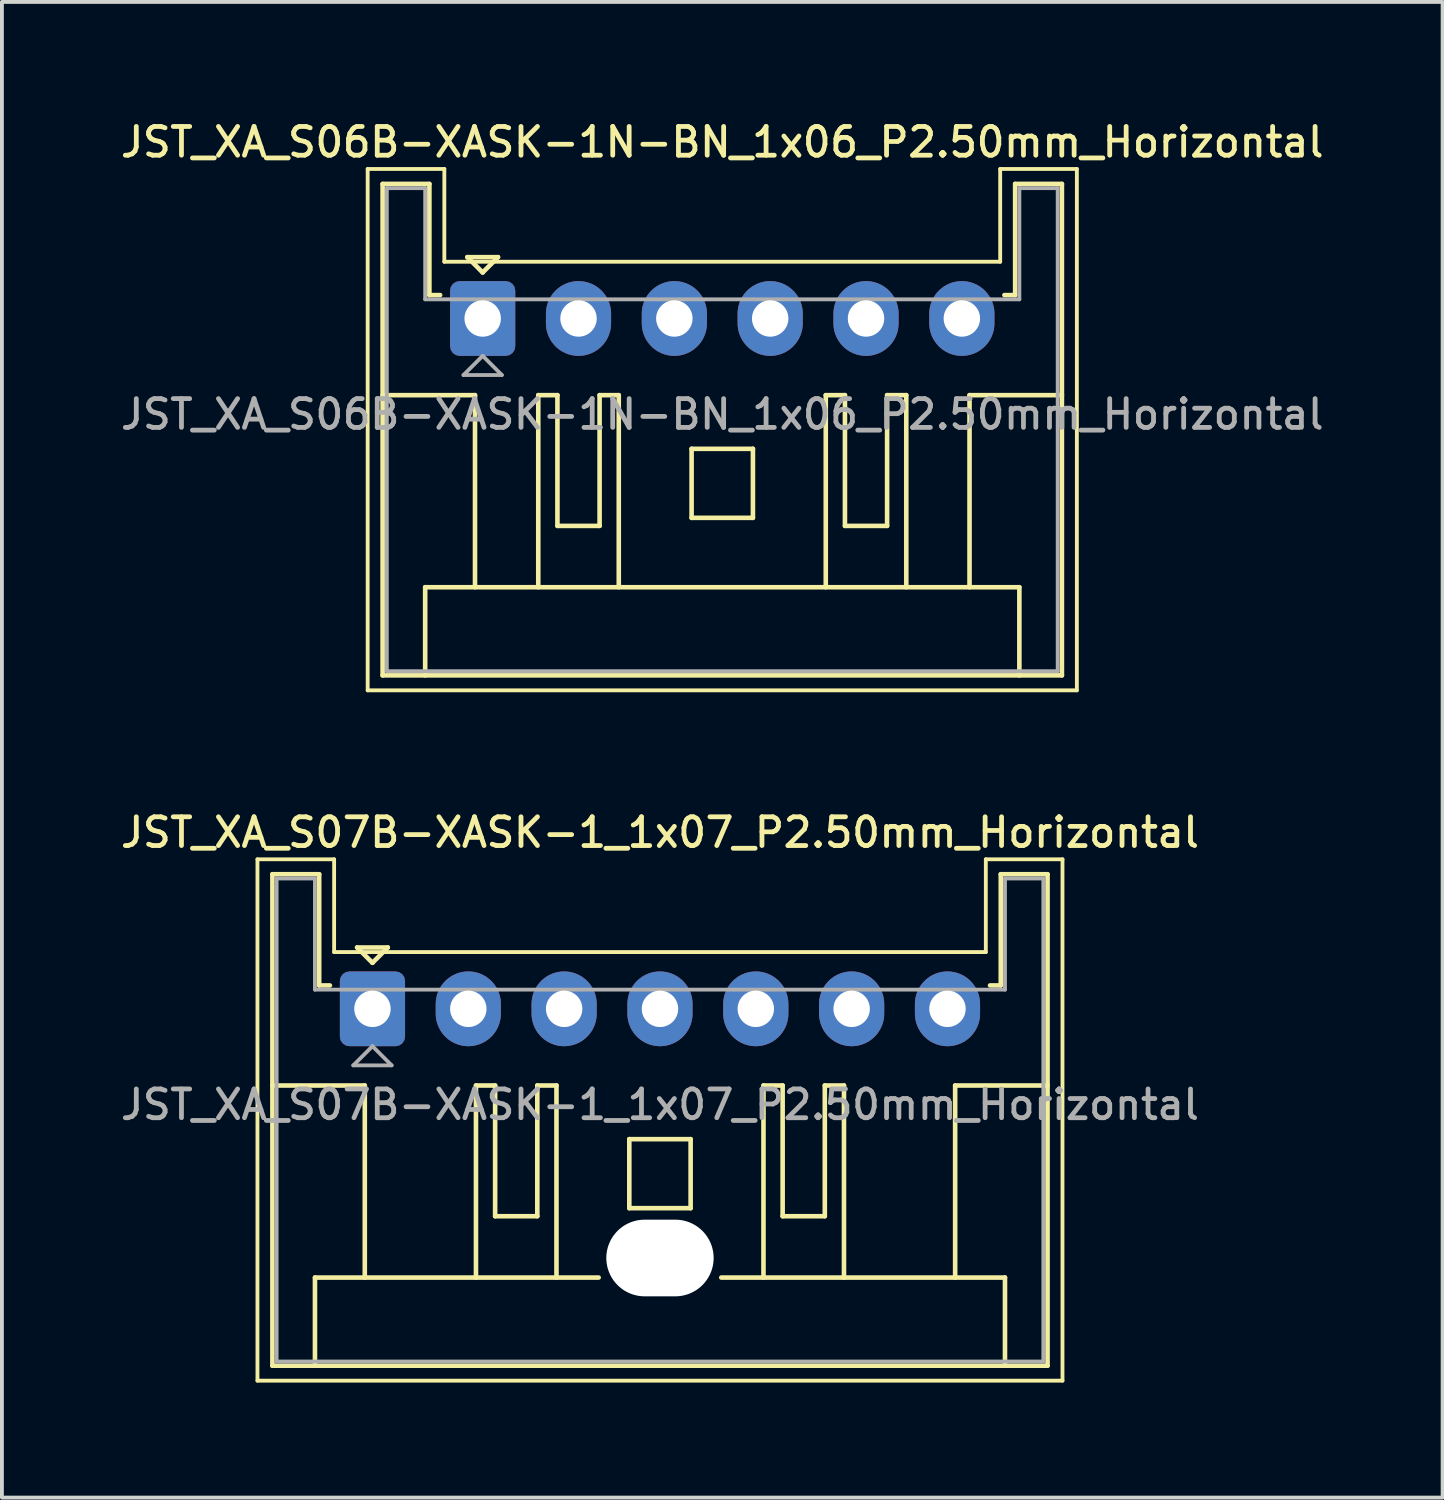
<source format=kicad_pcb>
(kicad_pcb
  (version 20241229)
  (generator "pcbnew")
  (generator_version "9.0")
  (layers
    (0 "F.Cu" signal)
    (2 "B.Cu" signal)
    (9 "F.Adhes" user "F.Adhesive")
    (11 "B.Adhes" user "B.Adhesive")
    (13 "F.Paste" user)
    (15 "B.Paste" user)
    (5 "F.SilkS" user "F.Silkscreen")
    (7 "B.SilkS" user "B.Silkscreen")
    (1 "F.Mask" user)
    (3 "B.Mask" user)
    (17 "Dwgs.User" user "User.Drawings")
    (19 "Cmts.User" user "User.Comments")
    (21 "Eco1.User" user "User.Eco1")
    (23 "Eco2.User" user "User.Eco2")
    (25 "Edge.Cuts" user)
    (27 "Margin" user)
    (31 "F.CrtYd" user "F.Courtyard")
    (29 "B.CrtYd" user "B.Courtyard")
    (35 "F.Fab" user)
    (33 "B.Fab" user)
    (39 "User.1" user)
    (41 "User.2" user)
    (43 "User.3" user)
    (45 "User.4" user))
  (footprint "JST_XA_S06B-XASK-1N-BN_1x06_P2.50mm_Horizontal"
    (layer "F.Cu")
    (at 9.541 5.258)
    (property "Reference" "JST_XA_S06B-XASK-1N-BN_1x06_P2.50mm_Horizontal" (at 6.25 -4.6 0) (layer "F.SilkS") (effects (font (size 0.75 0.75) (thickness 0.125))))
    (attr through_hole)
    (fp_line (start -3 -3.9) (end -3 9.7) (stroke (width 0.1) (type solid)) (layer "F.SilkS"))
    (fp_line (start -3 9.7) (end 15.5 9.7) (stroke (width 0.1) (type solid)) (layer "F.SilkS"))
    (fp_line (start -2.61 -3.51) (end -2.61 9.31) (stroke (width 0.12) (type solid)) (layer "F.SilkS"))
    (fp_line (start -2.61 9.31) (end 15.11 9.31) (stroke (width 0.12) (type solid)) (layer "F.SilkS"))
    (fp_line (start -1.5 7.01) (end 14 7.01) (stroke (width 0.12) (type solid)) (layer "F.SilkS"))
    (fp_line (start -1.5 9.31) (end -1.5 7.01) (stroke (width 0.12) (type solid)) (layer "F.SilkS"))
    (fp_line (start -1.39 -3.51) (end -2.61 -3.51) (stroke (width 0.12) (type solid)) (layer "F.SilkS"))
    (fp_line (start -1.39 -0.61) (end -1.39 -3.51) (stroke (width 0.12) (type solid)) (layer "F.SilkS"))
    (fp_line (start -1.11 -0.61) (end -1.39 -0.61) (stroke (width 0.12) (type solid)) (layer "F.SilkS"))
    (fp_line (start -1 -3.9) (end -3 -3.9) (stroke (width 0.1) (type solid)) (layer "F.SilkS"))
    (fp_line (start -1 -1.48) (end -1 -3.9) (stroke (width 0.1) (type solid)) (layer "F.SilkS"))
    (fp_line (start -0.4 -1.6) (end 0.4 -1.6) (stroke (width 0.12) (type solid)) (layer "F.SilkS"))
    (fp_line (start -0.2 2) (end -2.61 2) (stroke (width 0.12) (type solid)) (layer "F.SilkS"))
    (fp_line (start -0.2 7.01) (end -0.2 2) (stroke (width 0.12) (type solid)) (layer "F.SilkS"))
    (fp_line (start 0 -1.2) (end -0.4 -1.6) (stroke (width 0.12) (type solid)) (layer "F.SilkS"))
    (fp_line (start 0.4 -1.6) (end 0 -1.2) (stroke (width 0.12) (type solid)) (layer "F.SilkS"))
    (fp_line (start 1.45 2) (end 1.45 7.01) (stroke (width 0.12) (type solid)) (layer "F.SilkS"))
    (fp_line (start 1.95 2) (end 1.45 2) (stroke (width 0.12) (type solid)) (layer "F.SilkS"))
    (fp_line (start 1.95 5.41) (end 1.95 2) (stroke (width 0.12) (type solid)) (layer "F.SilkS"))
    (fp_line (start 3.05 2) (end 3.05 5.41) (stroke (width 0.12) (type solid)) (layer "F.SilkS"))
    (fp_line (start 3.05 5.41) (end 1.95 5.41) (stroke (width 0.12) (type solid)) (layer "F.SilkS"))
    (fp_line (start 3.55 2) (end 3.05 2) (stroke (width 0.12) (type solid)) (layer "F.SilkS"))
    (fp_line (start 3.55 7.01) (end 3.55 2) (stroke (width 0.12) (type solid)) (layer "F.SilkS"))
    (fp_line (start 5.45 3.4) (end 7.05 3.4) (stroke (width 0.12) (type solid)) (layer "F.SilkS"))
    (fp_line (start 5.45 5.2) (end 5.45 3.4) (stroke (width 0.12) (type solid)) (layer "F.SilkS"))
    (fp_line (start 7.05 3.4) (end 7.05 5.2) (stroke (width 0.12) (type solid)) (layer "F.SilkS"))
    (fp_line (start 7.05 5.2) (end 5.45 5.2) (stroke (width 0.12) (type solid)) (layer "F.SilkS"))
    (fp_line (start 8.95 2) (end 9.45 2) (stroke (width 0.12) (type solid)) (layer "F.SilkS"))
    (fp_line (start 8.95 7.01) (end 8.95 2) (stroke (width 0.12) (type solid)) (layer "F.SilkS"))
    (fp_line (start 9.45 2) (end 9.45 5.41) (stroke (width 0.12) (type solid)) (layer "F.SilkS"))
    (fp_line (start 9.45 5.41) (end 10.55 5.41) (stroke (width 0.12) (type solid)) (layer "F.SilkS"))
    (fp_line (start 10.55 2) (end 11.05 2) (stroke (width 0.12) (type solid)) (layer "F.SilkS"))
    (fp_line (start 10.55 5.41) (end 10.55 2) (stroke (width 0.12) (type solid)) (layer "F.SilkS"))
    (fp_line (start 11.05 2) (end 11.05 7.01) (stroke (width 0.12) (type solid)) (layer "F.SilkS"))
    (fp_line (start 12.7 2) (end 15.11 2) (stroke (width 0.12) (type solid)) (layer "F.SilkS"))
    (fp_line (start 12.7 7.01) (end 12.7 2) (stroke (width 0.12) (type solid)) (layer "F.SilkS"))
    (fp_line (start 13.5 -3.9) (end 13.5 -1.48) (stroke (width 0.1) (type solid)) (layer "F.SilkS"))
    (fp_line (start 13.5 -1.48) (end -1 -1.48) (stroke (width 0.1) (type solid)) (layer "F.SilkS"))
    (fp_line (start 13.89 -3.51) (end 13.89 -0.61) (stroke (width 0.12) (type solid)) (layer "F.SilkS"))
    (fp_line (start 13.89 -0.61) (end 13.61 -0.61) (stroke (width 0.12) (type solid)) (layer "F.SilkS"))
    (fp_line (start 14 7.01) (end 14 9.31) (stroke (width 0.12) (type solid)) (layer "F.SilkS"))
    (fp_line (start 15.11 -3.51) (end 13.89 -3.51) (stroke (width 0.12) (type solid)) (layer "F.SilkS"))
    (fp_line (start 15.11 9.31) (end 15.11 -3.51) (stroke (width 0.12) (type solid)) (layer "F.SilkS"))
    (fp_line (start 15.5 -3.9) (end 13.5 -3.9) (stroke (width 0.1) (type solid)) (layer "F.SilkS"))
    (fp_line (start 15.5 9.7) (end 15.5 -3.9) (stroke (width 0.1) (type solid)) (layer "F.SilkS"))
    (fp_line (start -2.5 -3.4) (end -2.5 9.2) (stroke (width 0.1) (type solid)) (layer "F.Fab"))
    (fp_line (start -2.5 9.2) (end 15 9.2) (stroke (width 0.1) (type solid)) (layer "F.Fab"))
    (fp_line (start -1.5 -3.4) (end -2.5 -3.4) (stroke (width 0.1) (type solid)) (layer "F.Fab"))
    (fp_line (start -1.5 -0.5) (end -1.5 -3.4) (stroke (width 0.1) (type solid)) (layer "F.Fab"))
    (fp_line (start -0.5 1.475) (end 0.5 1.475) (stroke (width 0.1) (type solid)) (layer "F.Fab"))
    (fp_line (start 0 0.975) (end -0.5 1.475) (stroke (width 0.1) (type solid)) (layer "F.Fab"))
    (fp_line (start 0.5 1.475) (end 0 0.975) (stroke (width 0.1) (type solid)) (layer "F.Fab"))
    (fp_line (start 14 -3.4) (end 14 -0.5) (stroke (width 0.1) (type solid)) (layer "F.Fab"))
    (fp_line (start 14 -0.5) (end -1.5 -0.5) (stroke (width 0.1) (type solid)) (layer "F.Fab"))
    (fp_line (start 15 -3.4) (end 14 -3.4) (stroke (width 0.1) (type solid)) (layer "F.Fab"))
    (fp_line (start 15 9.2) (end 15 -3.4) (stroke (width 0.1) (type solid)) (layer "F.Fab"))
    (fp_text user "${REFERENCE}" (at 6.25 2.5 0) (layer "F.Fab") (effects (font (size 0.75 0.75) (thickness 0.125))))
    (pad "1" thru_hole roundrect (at 0 0) (size 1.7 1.95) (drill 0.95) (layers "*.Cu" "*.Mask") (roundrect_rratio 0.147))
    (pad "2" thru_hole oval (at 2.5 0) (size 1.7 1.95) (drill 0.95) (layers "*.Cu" "*.Mask"))
    (pad "3" thru_hole oval (at 5 0) (size 1.7 1.95) (drill 0.95) (layers "*.Cu" "*.Mask"))
    (pad "4" thru_hole oval (at 7.5 0) (size 1.7 1.95) (drill 0.95) (layers "*.Cu" "*.Mask"))
    (pad "5" thru_hole oval (at 10 0) (size 1.7 1.95) (drill 0.95) (layers "*.Cu" "*.Mask"))
    (pad "6" thru_hole oval (at 12.5 0) (size 1.7 1.95) (drill 0.95) (layers "*.Cu" "*.Mask")))
  (footprint "JST_XA_S07B-XASK-1_1x07_P2.50mm_Horizontal"
    (layer "F.Cu")
    (at 6.666 23.266)
    (property "Reference" "JST_XA_S07B-XASK-1_1x07_P2.50mm_Horizontal" (at 7.5 -4.6 0) (layer "F.SilkS") (effects (font (size 0.75 0.75) (thickness 0.125))))
    (attr through_hole)
    (fp_line (start -3 -3.9) (end -3 9.7) (stroke (width 0.1) (type solid)) (layer "F.SilkS"))
    (fp_line (start -3 9.7) (end 18 9.7) (stroke (width 0.1) (type solid)) (layer "F.SilkS"))
    (fp_line (start -2.61 -3.51) (end -2.61 9.31) (stroke (width 0.12) (type solid)) (layer "F.SilkS"))
    (fp_line (start -2.61 9.31) (end 17.61 9.31) (stroke (width 0.12) (type solid)) (layer "F.SilkS"))
    (fp_line (start -1.5 7.01) (end 5.9 7.01) (stroke (width 0.12) (type solid)) (layer "F.SilkS"))
    (fp_line (start -1.5 9.31) (end -1.5 7.01) (stroke (width 0.12) (type solid)) (layer "F.SilkS"))
    (fp_line (start -1.39 -3.51) (end -2.61 -3.51) (stroke (width 0.12) (type solid)) (layer "F.SilkS"))
    (fp_line (start -1.39 -0.61) (end -1.39 -3.51) (stroke (width 0.12) (type solid)) (layer "F.SilkS"))
    (fp_line (start -1.11 -0.61) (end -1.39 -0.61) (stroke (width 0.12) (type solid)) (layer "F.SilkS"))
    (fp_line (start -1 -3.9) (end -3 -3.9) (stroke (width 0.1) (type solid)) (layer "F.SilkS"))
    (fp_line (start -1 -1.48) (end -1 -3.9) (stroke (width 0.1) (type solid)) (layer "F.SilkS"))
    (fp_line (start -0.4 -1.6) (end 0.4 -1.6) (stroke (width 0.12) (type solid)) (layer "F.SilkS"))
    (fp_line (start -0.2 2) (end -2.61 2) (stroke (width 0.12) (type solid)) (layer "F.SilkS"))
    (fp_line (start -0.2 7.01) (end -0.2 2) (stroke (width 0.12) (type solid)) (layer "F.SilkS"))
    (fp_line (start 0 -1.2) (end -0.4 -1.6) (stroke (width 0.12) (type solid)) (layer "F.SilkS"))
    (fp_line (start 0.4 -1.6) (end 0 -1.2) (stroke (width 0.12) (type solid)) (layer "F.SilkS"))
    (fp_line (start 2.7 2) (end 2.7 7.01) (stroke (width 0.12) (type solid)) (layer "F.SilkS"))
    (fp_line (start 3.2 2) (end 2.7 2) (stroke (width 0.12) (type solid)) (layer "F.SilkS"))
    (fp_line (start 3.2 5.41) (end 3.2 2) (stroke (width 0.12) (type solid)) (layer "F.SilkS"))
    (fp_line (start 4.3 2) (end 4.3 5.41) (stroke (width 0.12) (type solid)) (layer "F.SilkS"))
    (fp_line (start 4.3 5.41) (end 3.2 5.41) (stroke (width 0.12) (type solid)) (layer "F.SilkS"))
    (fp_line (start 4.8 2) (end 4.3 2) (stroke (width 0.12) (type solid)) (layer "F.SilkS"))
    (fp_line (start 4.8 7.01) (end 4.8 2) (stroke (width 0.12) (type solid)) (layer "F.SilkS"))
    (fp_line (start 6.7 3.4) (end 8.3 3.4) (stroke (width 0.12) (type solid)) (layer "F.SilkS"))
    (fp_line (start 6.7 5.2) (end 6.7 3.4) (stroke (width 0.12) (type solid)) (layer "F.SilkS"))
    (fp_line (start 8.3 3.4) (end 8.3 5.2) (stroke (width 0.12) (type solid)) (layer "F.SilkS"))
    (fp_line (start 8.3 5.2) (end 6.7 5.2) (stroke (width 0.12) (type solid)) (layer "F.SilkS"))
    (fp_line (start 9.1 7.01) (end 16.5 7.01) (stroke (width 0.12) (type solid)) (layer "F.SilkS"))
    (fp_line (start 10.2 2) (end 10.7 2) (stroke (width 0.12) (type solid)) (layer "F.SilkS"))
    (fp_line (start 10.2 7.01) (end 10.2 2) (stroke (width 0.12) (type solid)) (layer "F.SilkS"))
    (fp_line (start 10.7 2) (end 10.7 5.41) (stroke (width 0.12) (type solid)) (layer "F.SilkS"))
    (fp_line (start 10.7 5.41) (end 11.8 5.41) (stroke (width 0.12) (type solid)) (layer "F.SilkS"))
    (fp_line (start 11.8 2) (end 12.3 2) (stroke (width 0.12) (type solid)) (layer "F.SilkS"))
    (fp_line (start 11.8 5.41) (end 11.8 2) (stroke (width 0.12) (type solid)) (layer "F.SilkS"))
    (fp_line (start 12.3 2) (end 12.3 7.01) (stroke (width 0.12) (type solid)) (layer "F.SilkS"))
    (fp_line (start 15.2 2) (end 17.61 2) (stroke (width 0.12) (type solid)) (layer "F.SilkS"))
    (fp_line (start 15.2 7.01) (end 15.2 2) (stroke (width 0.12) (type solid)) (layer "F.SilkS"))
    (fp_line (start 16 -3.9) (end 16 -1.48) (stroke (width 0.1) (type solid)) (layer "F.SilkS"))
    (fp_line (start 16 -1.48) (end -1 -1.48) (stroke (width 0.1) (type solid)) (layer "F.SilkS"))
    (fp_line (start 16.39 -3.51) (end 16.39 -0.61) (stroke (width 0.12) (type solid)) (layer "F.SilkS"))
    (fp_line (start 16.39 -0.61) (end 16.11 -0.61) (stroke (width 0.12) (type solid)) (layer "F.SilkS"))
    (fp_line (start 16.5 7.01) (end 16.5 9.31) (stroke (width 0.12) (type solid)) (layer "F.SilkS"))
    (fp_line (start 17.61 -3.51) (end 16.39 -3.51) (stroke (width 0.12) (type solid)) (layer "F.SilkS"))
    (fp_line (start 17.61 9.31) (end 17.61 -3.51) (stroke (width 0.12) (type solid)) (layer "F.SilkS"))
    (fp_line (start 18 -3.9) (end 16 -3.9) (stroke (width 0.1) (type solid)) (layer "F.SilkS"))
    (fp_line (start 18 9.7) (end 18 -3.9) (stroke (width 0.1) (type solid)) (layer "F.SilkS"))
    (fp_line (start -2.5 -3.4) (end -2.5 9.2) (stroke (width 0.1) (type solid)) (layer "F.Fab"))
    (fp_line (start -2.5 9.2) (end 17.5 9.2) (stroke (width 0.1) (type solid)) (layer "F.Fab"))
    (fp_line (start -1.5 -3.4) (end -2.5 -3.4) (stroke (width 0.1) (type solid)) (layer "F.Fab"))
    (fp_line (start -1.5 -0.5) (end -1.5 -3.4) (stroke (width 0.1) (type solid)) (layer "F.Fab"))
    (fp_line (start -0.5 1.475) (end 0.5 1.475) (stroke (width 0.1) (type solid)) (layer "F.Fab"))
    (fp_line (start 0 0.975) (end -0.5 1.475) (stroke (width 0.1) (type solid)) (layer "F.Fab"))
    (fp_line (start 0.5 1.475) (end 0 0.975) (stroke (width 0.1) (type solid)) (layer "F.Fab"))
    (fp_line (start 16.5 -3.4) (end 16.5 -0.5) (stroke (width 0.1) (type solid)) (layer "F.Fab"))
    (fp_line (start 16.5 -0.5) (end -1.5 -0.5) (stroke (width 0.1) (type solid)) (layer "F.Fab"))
    (fp_line (start 17.5 -3.4) (end 16.5 -3.4) (stroke (width 0.1) (type solid)) (layer "F.Fab"))
    (fp_line (start 17.5 9.2) (end 17.5 -3.4) (stroke (width 0.1) (type solid)) (layer "F.Fab"))
    (fp_text user "${REFERENCE}" (at 7.5 2.5 0) (layer "F.Fab") (effects (font (size 0.75 0.75) (thickness 0.125))))
    (pad "" np_thru_hole oval (at 7.5 6.5) (size 2.8 2) (drill oval 2.8 2) (layers "*.Cu" "*.Mask"))
    (pad "1" thru_hole roundrect (at 0 0) (size 1.7 1.95) (drill 0.95) (layers "*.Cu" "*.Mask") (roundrect_rratio 0.147))
    (pad "2" thru_hole oval (at 2.5 0) (size 1.7 1.95) (drill 0.95) (layers "*.Cu" "*.Mask"))
    (pad "3" thru_hole oval (at 5 0) (size 1.7 1.95) (drill 0.95) (layers "*.Cu" "*.Mask"))
    (pad "4" thru_hole oval (at 7.5 0) (size 1.7 1.95) (drill 0.95) (layers "*.Cu" "*.Mask"))
    (pad "5" thru_hole oval (at 10 0) (size 1.7 1.95) (drill 0.95) (layers "*.Cu" "*.Mask"))
    (pad "6" thru_hole oval (at 12.5 0) (size 1.7 1.95) (drill 0.95) (layers "*.Cu" "*.Mask"))
    (pad "7" thru_hole oval (at 15 0) (size 1.7 1.95) (drill 0.95) (layers "*.Cu" "*.Mask")))
  (gr_rect
    (start -3 -3)
    (end 34.582 36.016)
    (stroke (width 0.1) (type default))
    (fill no)
    (layer "Edge.Cuts")))
</source>
